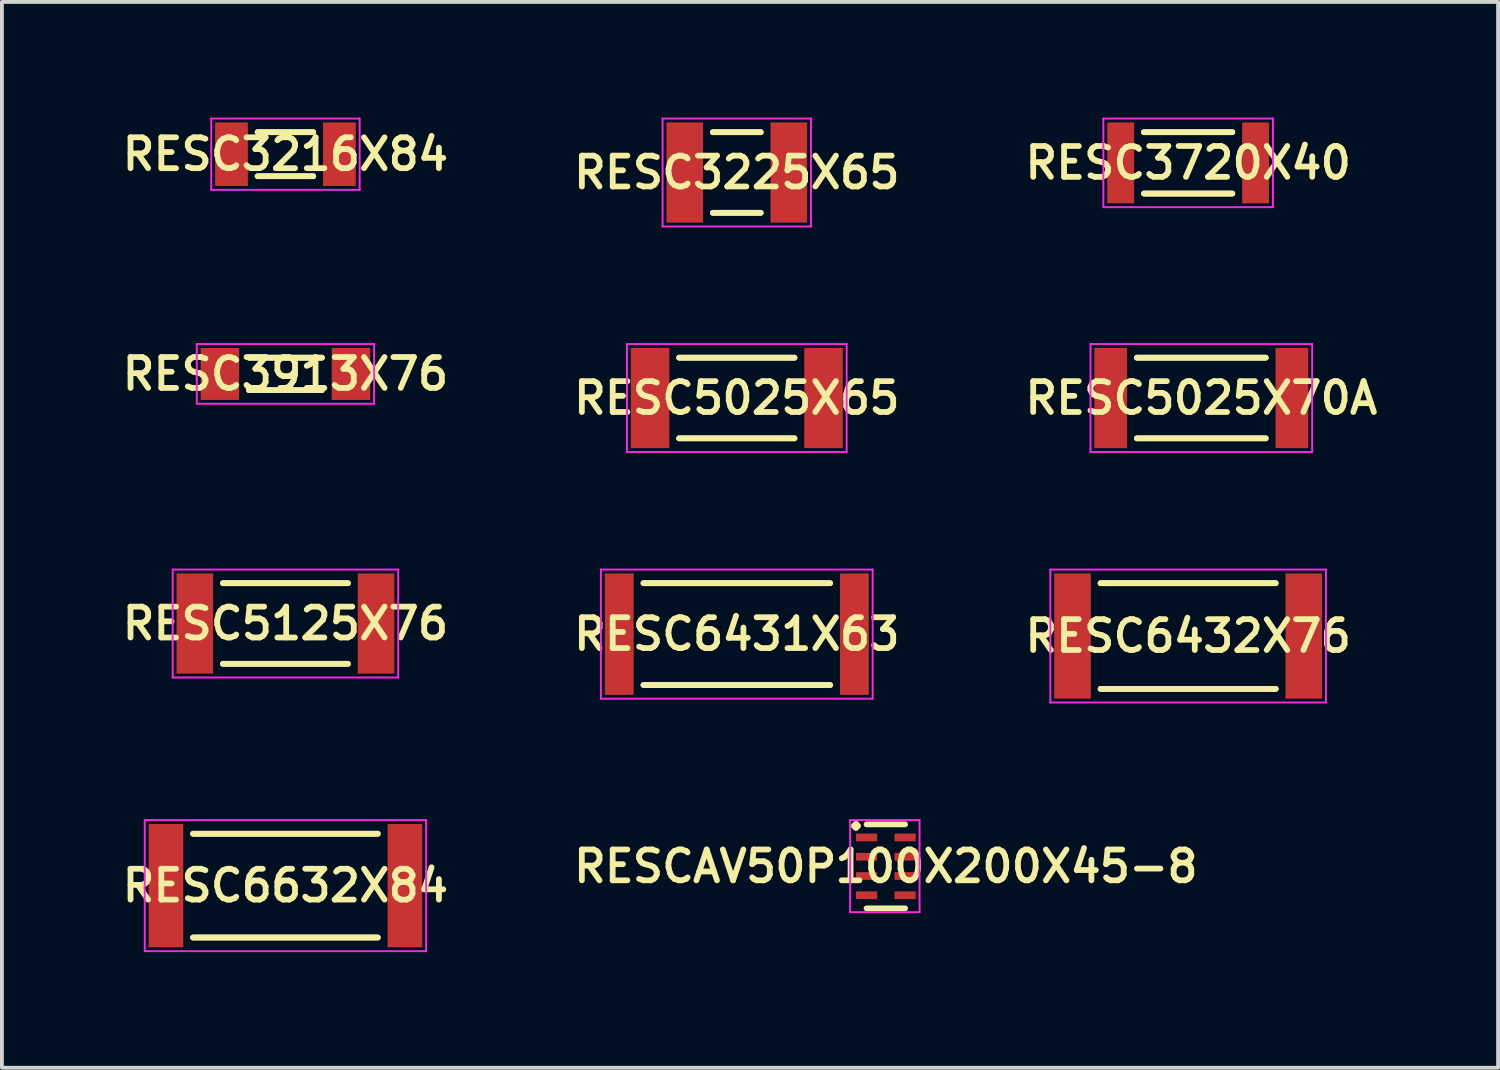
<source format=kicad_pcb>
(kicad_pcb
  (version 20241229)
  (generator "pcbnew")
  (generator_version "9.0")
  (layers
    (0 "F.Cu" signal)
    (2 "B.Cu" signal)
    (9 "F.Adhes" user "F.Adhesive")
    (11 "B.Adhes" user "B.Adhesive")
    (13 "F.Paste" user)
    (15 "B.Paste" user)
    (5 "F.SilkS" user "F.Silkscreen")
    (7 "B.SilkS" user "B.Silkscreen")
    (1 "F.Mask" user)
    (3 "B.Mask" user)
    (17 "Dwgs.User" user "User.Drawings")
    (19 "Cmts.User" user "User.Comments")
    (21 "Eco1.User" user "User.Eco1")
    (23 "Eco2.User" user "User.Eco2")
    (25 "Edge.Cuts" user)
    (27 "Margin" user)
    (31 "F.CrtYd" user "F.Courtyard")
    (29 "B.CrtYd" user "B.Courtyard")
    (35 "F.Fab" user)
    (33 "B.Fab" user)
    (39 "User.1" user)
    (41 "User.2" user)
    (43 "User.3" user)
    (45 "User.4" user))
  (footprint "RESC3216X84"
    (layer "F.Cu")
    (at 4.355 0.95)
    (property "Reference" "RESC3216X84" (at 0 0 0) (layer "F.SilkS") (effects (font (size 0.8 0.8) (thickness 0.15))))
    (attr smd)
    (fp_line (start -0.721 -0.571) (end 0.721 -0.571) (stroke (width 0.15) (type solid)) (layer "F.SilkS"))
    (fp_line (start -0.721 0.571) (end 0.721 0.571) (stroke (width 0.15) (type solid)) (layer "F.SilkS"))
    (fp_line (start 0.721 -0.571) (end -0.721 -0.571) (stroke (width 0.15) (type solid)) (layer "F.SilkS"))
    (fp_line (start 0.721 0.571) (end -0.721 0.571) (stroke (width 0.15) (type solid)) (layer "F.SilkS"))
    (fp_line (start -1.925 -0.925) (end 1.925 -0.925) (stroke (width 0.05) (type solid)) (layer "F.CrtYd"))
    (fp_line (start -1.925 0.925) (end -1.925 -0.925) (stroke (width 0.05) (type solid)) (layer "F.CrtYd"))
    (fp_line (start 1.925 -0.925) (end 1.925 0.925) (stroke (width 0.05) (type solid)) (layer "F.CrtYd"))
    (fp_line (start 1.925 0.925) (end -1.925 0.925) (stroke (width 0.05) (type solid)) (layer "F.CrtYd"))
    (pad "1" smd rect (at -1.4 0) (size 0.85 1.65) (layers "F.Cu" "F.Mask" "F.Paste"))
    (pad "2" smd rect (at 1.4 0) (size 0.85 1.65) (layers "F.Cu" "F.Mask" "F.Paste")))
  (footprint "RESC6431X63"
    (layer "F.Cu")
    (at 16.064 13.4)
    (property "Reference" "RESC6431X63" (at 0 0 0) (layer "F.SilkS") (effects (font (size 0.8 0.8) (thickness 0.15))))
    (attr smd)
    (fp_line (start -2.421 -1.321) (end 2.421 -1.321) (stroke (width 0.15) (type solid)) (layer "F.SilkS"))
    (fp_line (start -2.421 1.321) (end 2.421 1.321) (stroke (width 0.15) (type solid)) (layer "F.SilkS"))
    (fp_line (start 2.421 -1.321) (end -2.421 -1.321) (stroke (width 0.15) (type solid)) (layer "F.SilkS"))
    (fp_line (start 2.421 1.321) (end -2.421 1.321) (stroke (width 0.15) (type solid)) (layer "F.SilkS"))
    (fp_line (start -3.525 -1.675) (end 3.525 -1.675) (stroke (width 0.05) (type solid)) (layer "F.CrtYd"))
    (fp_line (start -3.525 1.675) (end -3.525 -1.675) (stroke (width 0.05) (type solid)) (layer "F.CrtYd"))
    (fp_line (start 3.525 -1.675) (end 3.525 1.675) (stroke (width 0.05) (type solid)) (layer "F.CrtYd"))
    (fp_line (start 3.525 1.675) (end -3.525 1.675) (stroke (width 0.05) (type solid)) (layer "F.CrtYd"))
    (pad "1" smd rect (at -3.05 0) (size 0.75 3.15) (layers "F.Cu" "F.Mask" "F.Paste"))
    (pad "2" smd rect (at 3.05 0) (size 0.75 3.15) (layers "F.Cu" "F.Mask" "F.Paste")))
  (footprint "RESC3720X40"
    (layer "F.Cu")
    (at 27.773 1.175)
    (property "Reference" "RESC3720X40" (at 0 0 0) (layer "F.SilkS") (effects (font (size 0.8 0.8) (thickness 0.15))))
    (attr smd)
    (fp_line (start -1.146 -0.796) (end 1.146 -0.796) (stroke (width 0.15) (type solid)) (layer "F.SilkS"))
    (fp_line (start -1.146 0.796) (end 1.146 0.796) (stroke (width 0.15) (type solid)) (layer "F.SilkS"))
    (fp_line (start 1.146 -0.796) (end -1.146 -0.796) (stroke (width 0.15) (type solid)) (layer "F.SilkS"))
    (fp_line (start 1.146 0.796) (end -1.146 0.796) (stroke (width 0.15) (type solid)) (layer "F.SilkS"))
    (fp_line (start -2.2 -1.15) (end 2.2 -1.15) (stroke (width 0.05) (type solid)) (layer "F.CrtYd"))
    (fp_line (start -2.2 1.15) (end -2.2 -1.15) (stroke (width 0.05) (type solid)) (layer "F.CrtYd"))
    (fp_line (start 2.2 -1.15) (end 2.2 1.15) (stroke (width 0.05) (type solid)) (layer "F.CrtYd"))
    (fp_line (start 2.2 1.15) (end -2.2 1.15) (stroke (width 0.05) (type solid)) (layer "F.CrtYd"))
    (pad "1" smd rect (at -1.75 0) (size 0.7 2.1) (layers "F.Cu" "F.Mask" "F.Paste"))
    (pad "2" smd rect (at 1.75 0) (size 0.7 2.1) (layers "F.Cu" "F.Mask" "F.Paste")))
  (footprint "RESC5025X65"
    (layer "F.Cu")
    (at 16.064 7.275)
    (property "Reference" "RESC5025X65" (at 0 0 0) (layer "F.SilkS") (effects (font (size 0.8 0.8) (thickness 0.15))))
    (attr smd)
    (fp_line (start -1.496 -1.046) (end 1.496 -1.046) (stroke (width 0.15) (type solid)) (layer "F.SilkS"))
    (fp_line (start -1.496 1.046) (end 1.496 1.046) (stroke (width 0.15) (type solid)) (layer "F.SilkS"))
    (fp_line (start 1.496 -1.046) (end -1.496 -1.046) (stroke (width 0.15) (type solid)) (layer "F.SilkS"))
    (fp_line (start 1.496 1.046) (end -1.496 1.046) (stroke (width 0.15) (type solid)) (layer "F.SilkS"))
    (fp_line (start -2.85 -1.4) (end 2.85 -1.4) (stroke (width 0.05) (type solid)) (layer "F.CrtYd"))
    (fp_line (start -2.85 1.4) (end -2.85 -1.4) (stroke (width 0.05) (type solid)) (layer "F.CrtYd"))
    (fp_line (start 2.85 -1.4) (end 2.85 1.4) (stroke (width 0.05) (type solid)) (layer "F.CrtYd"))
    (fp_line (start 2.85 1.4) (end -2.85 1.4) (stroke (width 0.05) (type solid)) (layer "F.CrtYd"))
    (pad "1" smd rect (at -2.25 0) (size 1 2.6) (layers "F.Cu" "F.Mask" "F.Paste"))
    (pad "2" smd rect (at 2.25 0) (size 1 2.6) (layers "F.Cu" "F.Mask" "F.Paste")))
  (footprint "RESC3913X76"
    (layer "F.Cu")
    (at 4.355 6.65)
    (property "Reference" "RESC3913X76" (at 0 0 0) (layer "F.SilkS") (effects (font (size 0.8 0.8) (thickness 0.15))))
    (attr smd)
    (fp_line (start -0.946 -0.421) (end 0.946 -0.421) (stroke (width 0.15) (type solid)) (layer "F.SilkS"))
    (fp_line (start -0.946 0.421) (end 0.946 0.421) (stroke (width 0.15) (type solid)) (layer "F.SilkS"))
    (fp_line (start 0.946 -0.421) (end -0.946 -0.421) (stroke (width 0.15) (type solid)) (layer "F.SilkS"))
    (fp_line (start 0.946 0.421) (end -0.946 0.421) (stroke (width 0.15) (type solid)) (layer "F.SilkS"))
    (fp_line (start -2.3 -0.775) (end 2.3 -0.775) (stroke (width 0.05) (type solid)) (layer "F.CrtYd"))
    (fp_line (start -2.3 0.775) (end -2.3 -0.775) (stroke (width 0.05) (type solid)) (layer "F.CrtYd"))
    (fp_line (start 2.3 -0.775) (end 2.3 0.775) (stroke (width 0.05) (type solid)) (layer "F.CrtYd"))
    (fp_line (start 2.3 0.775) (end -2.3 0.775) (stroke (width 0.05) (type solid)) (layer "F.CrtYd"))
    (pad "1" smd rect (at -1.7 0) (size 1 1.35) (layers "F.Cu" "F.Mask" "F.Paste"))
    (pad "2" smd rect (at 1.7 0) (size 1 1.35) (layers "F.Cu" "F.Mask" "F.Paste")))
  (footprint "RESCAV50P100X200X45-8"
    (layer "F.Cu")
    (at 19.93 19.425)
    (property "Reference" "RESCAV50P100X200X45-8" (at 0 0 0) (layer "F.SilkS") (effects (font (size 0.8 0.8) (thickness 0.15))))
    (attr smd)
    (fp_line (start -0.825 -1.05) (end -0.775 -1.1) (stroke (width 0.15) (type solid)) (layer "F.SilkS"))
    (fp_line (start -0.775 -1.1) (end -0.725 -1.05) (stroke (width 0.15) (type solid)) (layer "F.SilkS"))
    (fp_line (start -0.775 -1) (end -0.825 -1.05) (stroke (width 0.15) (type solid)) (layer "F.SilkS"))
    (fp_line (start -0.725 -1.05) (end -0.775 -1) (stroke (width 0.15) (type solid)) (layer "F.SilkS"))
    (fp_line (start -0.5 -1.089) (end 0.5 -1.089) (stroke (width 0.15) (type solid)) (layer "F.SilkS"))
    (fp_line (start -0.5 1.089) (end 0.5 1.089) (stroke (width 0.15) (type solid)) (layer "F.SilkS"))
    (fp_line (start -0.925 -1.2) (end 0.875 -1.2) (stroke (width 0.05) (type solid)) (layer "F.CrtYd"))
    (fp_line (start -0.925 1.189) (end -0.925 -1.2) (stroke (width 0.05) (type solid)) (layer "F.CrtYd"))
    (fp_line (start 0.875 -1.2) (end 0.875 1.189) (stroke (width 0.05) (type solid)) (layer "F.CrtYd"))
    (fp_line (start 0.875 1.189) (end -0.925 1.189) (stroke (width 0.05) (type solid)) (layer "F.CrtYd"))
    (pad "1" smd rect (at -0.5 -0.75) (size 0.55 0.2) (layers "F.Cu" "F.Mask" "F.Paste"))
    (pad "2" smd rect (at -0.5 -0.25) (size 0.55 0.2) (layers "F.Cu" "F.Mask" "F.Paste"))
    (pad "3" smd rect (at -0.5 0.25) (size 0.55 0.2) (layers "F.Cu" "F.Mask" "F.Paste"))
    (pad "4" smd rect (at -0.5 0.75) (size 0.55 0.2) (layers "F.Cu" "F.Mask" "F.Paste"))
    (pad "5" smd rect (at 0.5 0.75) (size 0.55 0.2) (layers "F.Cu" "F.Mask" "F.Paste"))
    (pad "6" smd rect (at 0.5 0.25) (size 0.55 0.2) (layers "F.Cu" "F.Mask" "F.Paste"))
    (pad "7" smd rect (at 0.5 -0.25) (size 0.55 0.2) (layers "F.Cu" "F.Mask" "F.Paste"))
    (pad "8" smd rect (at 0.5 -0.75) (size 0.55 0.2) (layers "F.Cu" "F.Mask" "F.Paste")))
  (footprint "RESC6632X84"
    (layer "F.Cu")
    (at 4.355 19.925)
    (property "Reference" "RESC6632X84" (at 0 0 0) (layer "F.SilkS") (effects (font (size 0.8 0.8) (thickness 0.15))))
    (attr smd)
    (fp_line (start -2.396 -1.346) (end 2.396 -1.346) (stroke (width 0.15) (type solid)) (layer "F.SilkS"))
    (fp_line (start -2.396 1.346) (end 2.396 1.346) (stroke (width 0.15) (type solid)) (layer "F.SilkS"))
    (fp_line (start 2.396 -1.346) (end -2.396 -1.346) (stroke (width 0.15) (type solid)) (layer "F.SilkS"))
    (fp_line (start 2.396 1.346) (end -2.396 1.346) (stroke (width 0.15) (type solid)) (layer "F.SilkS"))
    (fp_line (start -3.65 -1.7) (end 3.65 -1.7) (stroke (width 0.05) (type solid)) (layer "F.CrtYd"))
    (fp_line (start -3.65 1.7) (end -3.65 -1.7) (stroke (width 0.05) (type solid)) (layer "F.CrtYd"))
    (fp_line (start 3.65 -1.7) (end 3.65 1.7) (stroke (width 0.05) (type solid)) (layer "F.CrtYd"))
    (fp_line (start 3.65 1.7) (end -3.65 1.7) (stroke (width 0.05) (type solid)) (layer "F.CrtYd"))
    (pad "1" smd rect (at -3.1 0) (size 0.9 3.2) (layers "F.Cu" "F.Mask" "F.Paste"))
    (pad "2" smd rect (at 3.1 0) (size 0.9 3.2) (layers "F.Cu" "F.Mask" "F.Paste")))
  (footprint "RESC5125X76"
    (layer "F.Cu")
    (at 4.355 13.125)
    (property "Reference" "RESC5125X76" (at 0 0 0) (layer "F.SilkS") (effects (font (size 0.8 0.8) (thickness 0.15))))
    (attr smd)
    (fp_line (start -1.621 -1.046) (end 1.621 -1.046) (stroke (width 0.15) (type solid)) (layer "F.SilkS"))
    (fp_line (start -1.621 1.046) (end 1.621 1.046) (stroke (width 0.15) (type solid)) (layer "F.SilkS"))
    (fp_line (start 1.621 -1.046) (end -1.621 -1.046) (stroke (width 0.15) (type solid)) (layer "F.SilkS"))
    (fp_line (start 1.621 1.046) (end -1.621 1.046) (stroke (width 0.15) (type solid)) (layer "F.SilkS"))
    (fp_line (start -2.925 -1.4) (end 2.925 -1.4) (stroke (width 0.05) (type solid)) (layer "F.CrtYd"))
    (fp_line (start -2.925 1.4) (end -2.925 -1.4) (stroke (width 0.05) (type solid)) (layer "F.CrtYd"))
    (fp_line (start 2.925 -1.4) (end 2.925 1.4) (stroke (width 0.05) (type solid)) (layer "F.CrtYd"))
    (fp_line (start 2.925 1.4) (end -2.925 1.4) (stroke (width 0.05) (type solid)) (layer "F.CrtYd"))
    (pad "1" smd rect (at -2.35 0) (size 0.95 2.6) (layers "F.Cu" "F.Mask" "F.Paste"))
    (pad "2" smd rect (at 2.35 0) (size 0.95 2.6) (layers "F.Cu" "F.Mask" "F.Paste")))
  (footprint "RESC5025X70A"
    (layer "F.Cu")
    (at 28.115 7.275)
    (property "Reference" "RESC5025X70A" (at 0 0 0) (layer "F.SilkS") (effects (font (size 0.8 0.8) (thickness 0.15))))
    (attr smd)
    (fp_line (start -1.671 -1.046) (end 1.671 -1.046) (stroke (width 0.15) (type solid)) (layer "F.SilkS"))
    (fp_line (start -1.671 1.046) (end 1.671 1.046) (stroke (width 0.15) (type solid)) (layer "F.SilkS"))
    (fp_line (start 1.671 -1.046) (end -1.671 -1.046) (stroke (width 0.15) (type solid)) (layer "F.SilkS"))
    (fp_line (start 1.671 1.046) (end -1.671 1.046) (stroke (width 0.15) (type solid)) (layer "F.SilkS"))
    (fp_line (start -2.875 -1.4) (end 2.875 -1.4) (stroke (width 0.05) (type solid)) (layer "F.CrtYd"))
    (fp_line (start -2.875 1.4) (end -2.875 -1.4) (stroke (width 0.05) (type solid)) (layer "F.CrtYd"))
    (fp_line (start 2.875 -1.4) (end 2.875 1.4) (stroke (width 0.05) (type solid)) (layer "F.CrtYd"))
    (fp_line (start 2.875 1.4) (end -2.875 1.4) (stroke (width 0.05) (type solid)) (layer "F.CrtYd"))
    (pad "1" smd rect (at -2.35 0) (size 0.85 2.6) (layers "F.Cu" "F.Mask" "F.Paste"))
    (pad "2" smd rect (at 2.35 0) (size 0.85 2.6) (layers "F.Cu" "F.Mask" "F.Paste")))
  (footprint "RESC3225X65"
    (layer "F.Cu")
    (at 16.064 1.425)
    (property "Reference" "RESC3225X65" (at 0 0 0) (layer "F.SilkS") (effects (font (size 0.8 0.8) (thickness 0.15))))
    (attr smd)
    (fp_line (start -0.621 -1.046) (end 0.621 -1.046) (stroke (width 0.15) (type solid)) (layer "F.SilkS"))
    (fp_line (start -0.621 1.046) (end 0.621 1.046) (stroke (width 0.15) (type solid)) (layer "F.SilkS"))
    (fp_line (start 0.621 -1.046) (end -0.621 -1.046) (stroke (width 0.15) (type solid)) (layer "F.SilkS"))
    (fp_line (start 0.621 1.046) (end -0.621 1.046) (stroke (width 0.15) (type solid)) (layer "F.SilkS"))
    (fp_line (start -1.925 -1.4) (end 1.925 -1.4) (stroke (width 0.05) (type solid)) (layer "F.CrtYd"))
    (fp_line (start -1.925 1.4) (end -1.925 -1.4) (stroke (width 0.05) (type solid)) (layer "F.CrtYd"))
    (fp_line (start 1.925 -1.4) (end 1.925 1.4) (stroke (width 0.05) (type solid)) (layer "F.CrtYd"))
    (fp_line (start 1.925 1.4) (end -1.925 1.4) (stroke (width 0.05) (type solid)) (layer "F.CrtYd"))
    (pad "1" smd rect (at -1.35 0) (size 0.95 2.6) (layers "F.Cu" "F.Mask" "F.Paste"))
    (pad "2" smd rect (at 1.35 0) (size 0.95 2.6) (layers "F.Cu" "F.Mask" "F.Paste")))
  (footprint "RESC6432X76"
    (layer "F.Cu")
    (at 27.773 13.45)
    (property "Reference" "RESC6432X76" (at 0 0 0) (layer "F.SilkS") (effects (font (size 0.8 0.8) (thickness 0.15))))
    (attr smd)
    (fp_line (start -2.271 -1.371) (end 2.271 -1.371) (stroke (width 0.15) (type solid)) (layer "F.SilkS"))
    (fp_line (start -2.271 1.371) (end 2.271 1.371) (stroke (width 0.15) (type solid)) (layer "F.SilkS"))
    (fp_line (start 2.271 -1.371) (end -2.271 -1.371) (stroke (width 0.15) (type solid)) (layer "F.SilkS"))
    (fp_line (start 2.271 1.371) (end -2.271 1.371) (stroke (width 0.15) (type solid)) (layer "F.SilkS"))
    (fp_line (start -3.575 -1.725) (end 3.575 -1.725) (stroke (width 0.05) (type solid)) (layer "F.CrtYd"))
    (fp_line (start -3.575 1.725) (end -3.575 -1.725) (stroke (width 0.05) (type solid)) (layer "F.CrtYd"))
    (fp_line (start 3.575 -1.725) (end 3.575 1.725) (stroke (width 0.05) (type solid)) (layer "F.CrtYd"))
    (fp_line (start 3.575 1.725) (end -3.575 1.725) (stroke (width 0.05) (type solid)) (layer "F.CrtYd"))
    (pad "1" smd rect (at -3 0) (size 0.95 3.25) (layers "F.Cu" "F.Mask" "F.Paste"))
    (pad "2" smd rect (at 3 0) (size 0.95 3.25) (layers "F.Cu" "F.Mask" "F.Paste")))
  (gr_rect
    (start -3 -3)
    (end 35.813 24.65)
    (stroke (width 0.1) (type default))
    (fill no)
    (layer "Edge.Cuts")))
</source>
